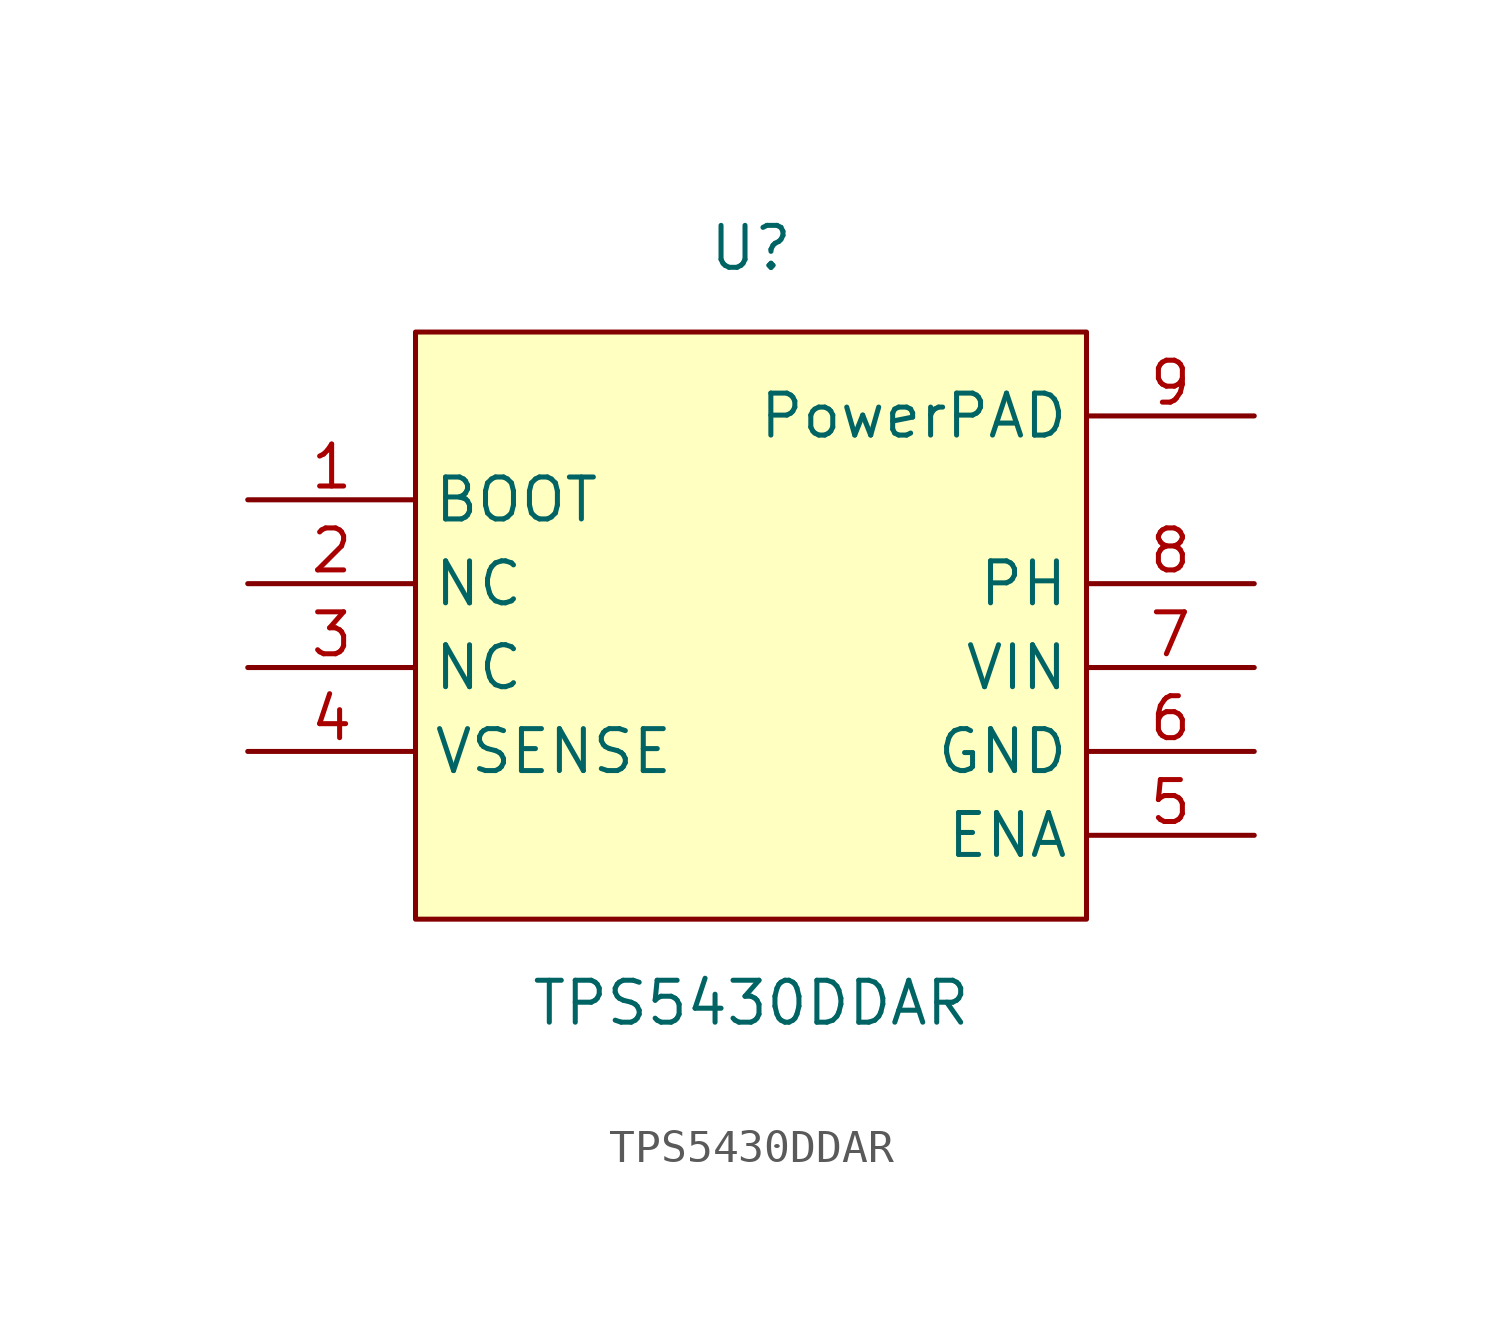
<source format=kicad_sym>
(kicad_symbol_lib
  (version 20211014)
  (generator https://github.com/uPesy/easyeda2kicad.py)
  (symbol "TPS5430DDAR"
    (property "Reference" "U"
      (at 0 11.43 0)
      (effects (font (size 1.27 1.27))))
    (property "Value" "TPS5430DDAR"
      (at 0 -11.43 0)
      (effects (font (size 1.27 1.27))))
    (symbol "TPS5430DDAR_0_1"
      (rectangle (start -10.16 8.89) (end 10.16 -8.89) (stroke (width 0) (type default) (color 0 0 0 0)) (fill (type background)))
      (pin unspecified line (at -15.24 3.81 0) (length 5.08) (name "BOOT" (effects (font (size 1.27 1.27)))) (number "1" (effects (font (size 1.27 1.27)))))
      (pin unspecified line (at -15.24 1.27 0) (length 5.08) (name "NC" (effects (font (size 1.27 1.27)))) (number "2" (effects (font (size 1.27 1.27)))))
      (pin unspecified line (at -15.24 -1.27 0) (length 5.08) (name "NC" (effects (font (size 1.27 1.27)))) (number "3" (effects (font (size 1.27 1.27)))))
      (pin unspecified line (at -15.24 -3.81 0) (length 5.08) (name "VSENSE" (effects (font (size 1.27 1.27)))) (number "4" (effects (font (size 1.27 1.27)))))
      (pin unspecified line (at 15.24 -6.35 180) (length 5.08) (name "ENA" (effects (font (size 1.27 1.27)))) (number "5" (effects (font (size 1.27 1.27)))))
      (pin unspecified line (at 15.24 -3.81 180) (length 5.08) (name "GND" (effects (font (size 1.27 1.27)))) (number "6" (effects (font (size 1.27 1.27)))))
      (pin unspecified line (at 15.24 -1.27 180) (length 5.08) (name "VIN" (effects (font (size 1.27 1.27)))) (number "7" (effects (font (size 1.27 1.27)))))
      (pin unspecified line (at 15.24 1.27 180) (length 5.08) (name "PH" (effects (font (size 1.27 1.27)))) (number "8" (effects (font (size 1.27 1.27)))))
      (pin unspecified line (at 15.24 6.35 180) (length 5.08) (name "PowerPAD" (effects (font (size 1.27 1.27)))) (number "9" (effects (font (size 1.27 1.27))))))))
</source>
